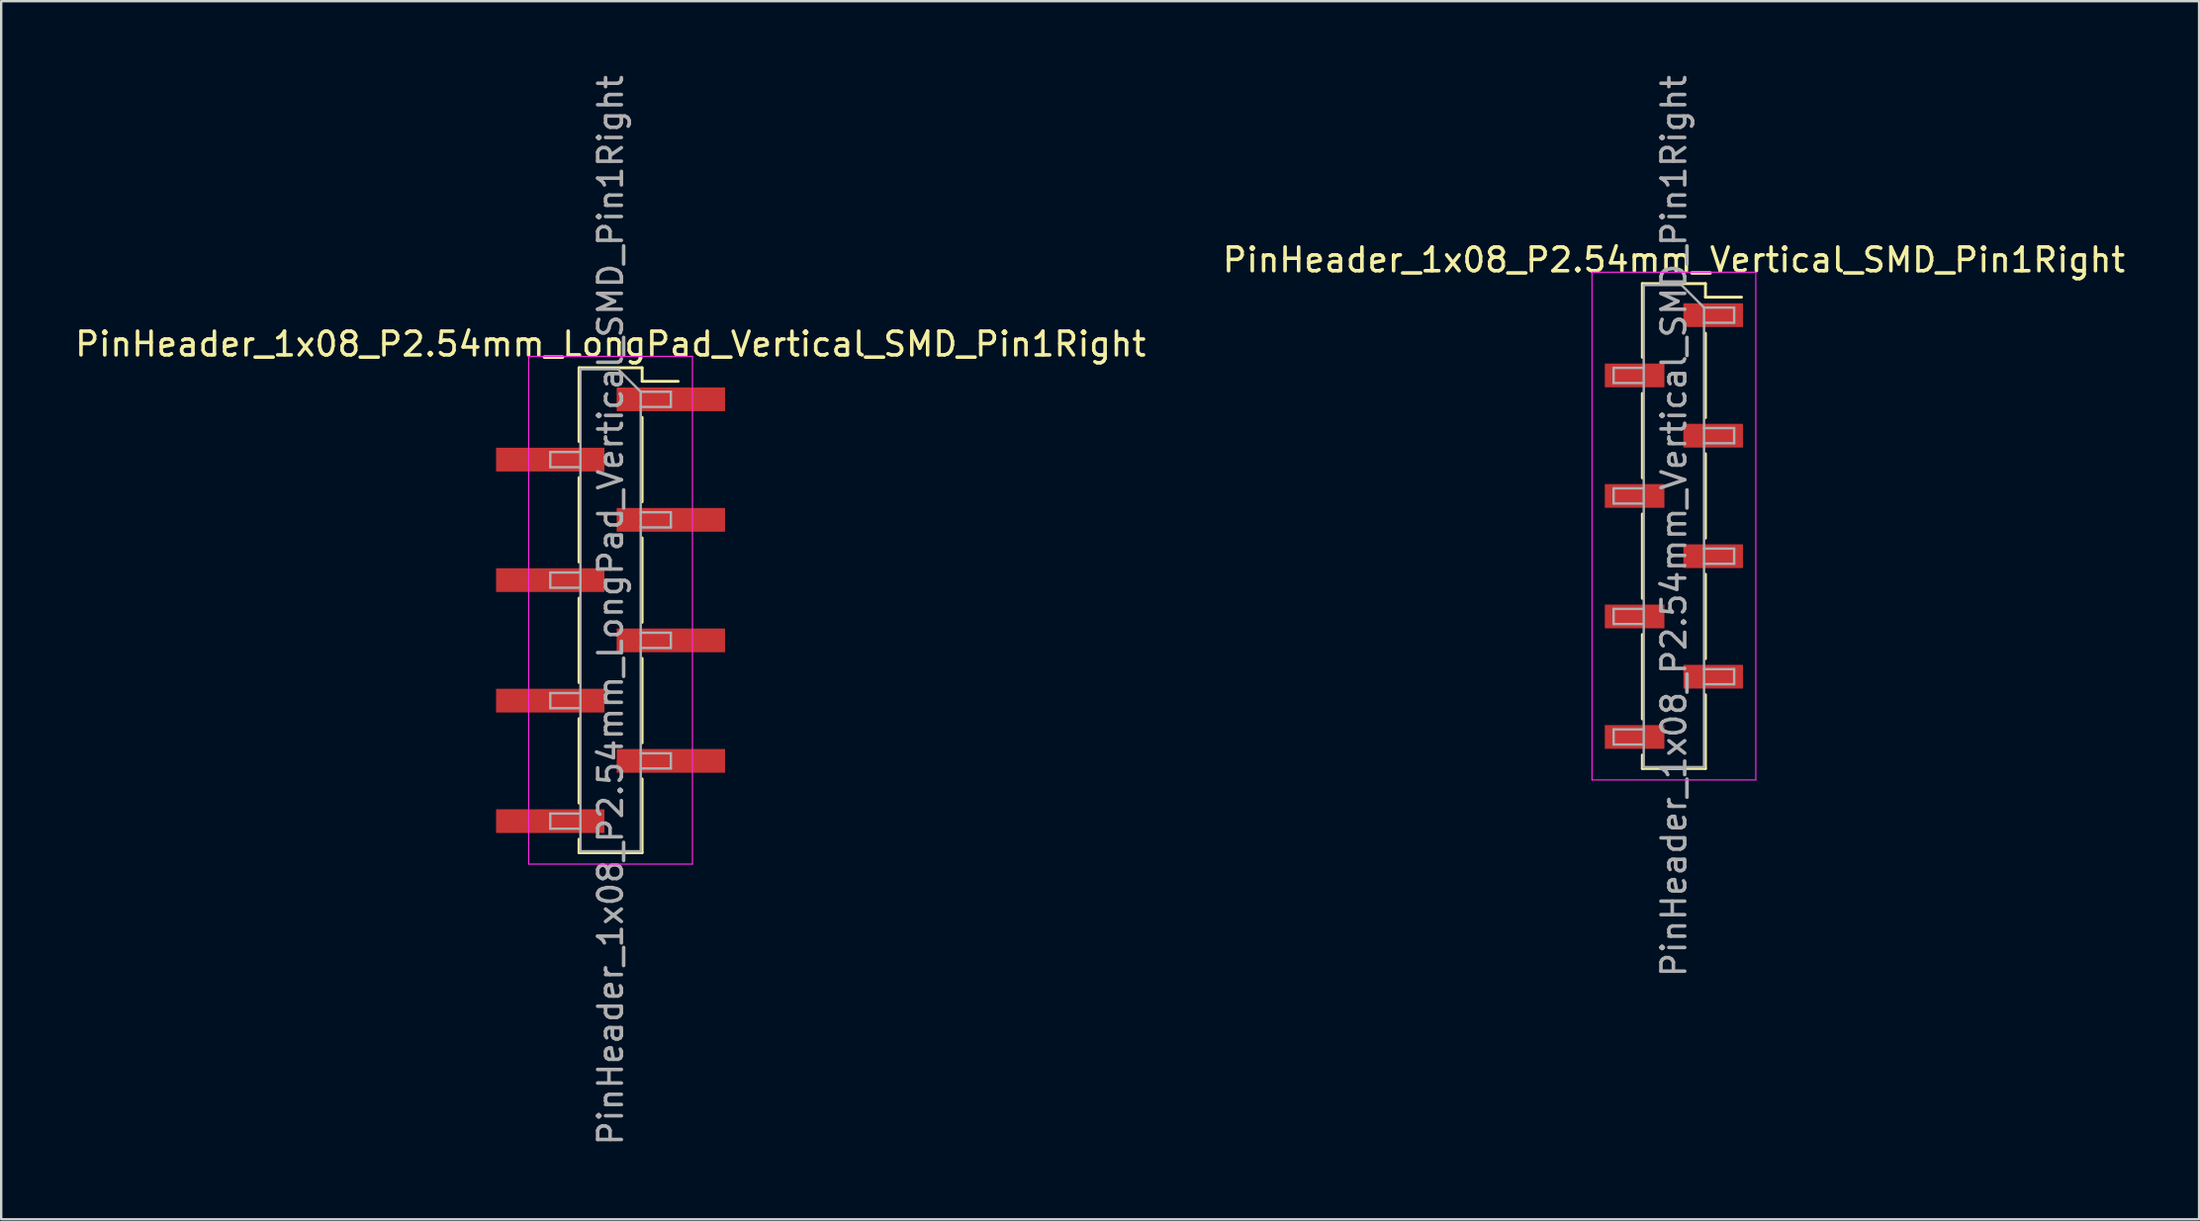
<source format=kicad_pcb>
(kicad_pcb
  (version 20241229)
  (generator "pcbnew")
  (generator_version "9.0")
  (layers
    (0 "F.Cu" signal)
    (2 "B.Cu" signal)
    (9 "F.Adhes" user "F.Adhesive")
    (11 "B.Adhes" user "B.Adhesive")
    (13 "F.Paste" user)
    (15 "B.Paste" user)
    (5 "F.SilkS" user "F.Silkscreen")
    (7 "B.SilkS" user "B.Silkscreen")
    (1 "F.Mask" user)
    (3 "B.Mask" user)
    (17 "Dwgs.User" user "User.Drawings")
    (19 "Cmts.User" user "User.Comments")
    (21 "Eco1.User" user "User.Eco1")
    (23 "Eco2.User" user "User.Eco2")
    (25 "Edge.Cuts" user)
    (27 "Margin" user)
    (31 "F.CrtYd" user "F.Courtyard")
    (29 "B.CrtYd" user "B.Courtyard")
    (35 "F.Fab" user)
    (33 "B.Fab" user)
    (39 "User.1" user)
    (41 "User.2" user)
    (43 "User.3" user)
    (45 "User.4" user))
  (footprint "PinHeader_1x08_P2.54mm_LongPad_Vertical_SMD_Pin1Right"
    (layer "F.Cu")
    (at 22.673 22.673)
    (property "Reference" "PinHeader_1x08_P2.54mm_LongPad_Vertical_SMD_Pin1Right" (at 0 -11.22 0) (layer "F.SilkS") (effects (font (size 1 1) (thickness 0.15))))
    (attr smd)
    (fp_line (start -1.33 -10.22) (end -1.33 -7.11) (stroke (width 0.12) (type solid)) (layer "F.SilkS"))
    (fp_line (start -1.33 -10.22) (end 1.33 -10.22) (stroke (width 0.12) (type solid)) (layer "F.SilkS"))
    (fp_line (start -1.33 -5.59) (end -1.33 -2.03) (stroke (width 0.12) (type solid)) (layer "F.SilkS"))
    (fp_line (start -1.33 -0.51) (end -1.33 3.05) (stroke (width 0.12) (type solid)) (layer "F.SilkS"))
    (fp_line (start -1.33 4.57) (end -1.33 8.13) (stroke (width 0.12) (type solid)) (layer "F.SilkS"))
    (fp_line (start -1.33 9.65) (end -1.33 10.22) (stroke (width 0.12) (type solid)) (layer "F.SilkS"))
    (fp_line (start -1.33 10.22) (end 1.33 10.22) (stroke (width 0.12) (type solid)) (layer "F.SilkS"))
    (fp_line (start 1.33 -10.22) (end 1.33 -9.65) (stroke (width 0.12) (type solid)) (layer "F.SilkS"))
    (fp_line (start 1.33 -9.65) (end 2.85 -9.65) (stroke (width 0.12) (type solid)) (layer "F.SilkS"))
    (fp_line (start 1.33 -8.13) (end 1.33 -4.57) (stroke (width 0.12) (type solid)) (layer "F.SilkS"))
    (fp_line (start 1.33 -3.05) (end 1.33 0.51) (stroke (width 0.12) (type solid)) (layer "F.SilkS"))
    (fp_line (start 1.33 2.03) (end 1.33 5.59) (stroke (width 0.12) (type solid)) (layer "F.SilkS"))
    (fp_line (start 1.33 7.11) (end 1.33 10.22) (stroke (width 0.12) (type solid)) (layer "F.SilkS"))
    (fp_line (start -3.45 -10.7) (end -3.45 10.7) (stroke (width 0.05) (type solid)) (layer "F.CrtYd"))
    (fp_line (start -3.45 10.7) (end 3.45 10.7) (stroke (width 0.05) (type solid)) (layer "F.CrtYd"))
    (fp_line (start 3.45 -10.7) (end -3.45 -10.7) (stroke (width 0.05) (type solid)) (layer "F.CrtYd"))
    (fp_line (start 3.45 10.7) (end 3.45 -10.7) (stroke (width 0.05) (type solid)) (layer "F.CrtYd"))
    (fp_line (start -2.54 -6.67) (end -2.54 -6.03) (stroke (width 0.1) (type solid)) (layer "F.Fab"))
    (fp_line (start -2.54 -6.03) (end -1.27 -6.03) (stroke (width 0.1) (type solid)) (layer "F.Fab"))
    (fp_line (start -2.54 -1.59) (end -2.54 -0.95) (stroke (width 0.1) (type solid)) (layer "F.Fab"))
    (fp_line (start -2.54 -0.95) (end -1.27 -0.95) (stroke (width 0.1) (type solid)) (layer "F.Fab"))
    (fp_line (start -2.54 3.49) (end -2.54 4.13) (stroke (width 0.1) (type solid)) (layer "F.Fab"))
    (fp_line (start -2.54 4.13) (end -1.27 4.13) (stroke (width 0.1) (type solid)) (layer "F.Fab"))
    (fp_line (start -2.54 8.57) (end -2.54 9.21) (stroke (width 0.1) (type solid)) (layer "F.Fab"))
    (fp_line (start -2.54 9.21) (end -1.27 9.21) (stroke (width 0.1) (type solid)) (layer "F.Fab"))
    (fp_line (start -1.27 -10.16) (end -1.27 10.16) (stroke (width 0.1) (type solid)) (layer "F.Fab"))
    (fp_line (start -1.27 -10.16) (end 0.32 -10.16) (stroke (width 0.1) (type solid)) (layer "F.Fab"))
    (fp_line (start -1.27 -6.67) (end -2.54 -6.67) (stroke (width 0.1) (type solid)) (layer "F.Fab"))
    (fp_line (start -1.27 -1.59) (end -2.54 -1.59) (stroke (width 0.1) (type solid)) (layer "F.Fab"))
    (fp_line (start -1.27 3.49) (end -2.54 3.49) (stroke (width 0.1) (type solid)) (layer "F.Fab"))
    (fp_line (start -1.27 8.57) (end -2.54 8.57) (stroke (width 0.1) (type solid)) (layer "F.Fab"))
    (fp_line (start 1.27 -9.21) (end 0.32 -10.16) (stroke (width 0.1) (type solid)) (layer "F.Fab"))
    (fp_line (start 1.27 -9.21) (end 2.54 -9.21) (stroke (width 0.1) (type solid)) (layer "F.Fab"))
    (fp_line (start 1.27 -4.13) (end 2.54 -4.13) (stroke (width 0.1) (type solid)) (layer "F.Fab"))
    (fp_line (start 1.27 0.95) (end 2.54 0.95) (stroke (width 0.1) (type solid)) (layer "F.Fab"))
    (fp_line (start 1.27 6.03) (end 2.54 6.03) (stroke (width 0.1) (type solid)) (layer "F.Fab"))
    (fp_line (start 1.27 10.16) (end -1.27 10.16) (stroke (width 0.1) (type solid)) (layer "F.Fab"))
    (fp_line (start 1.27 10.16) (end 1.27 -9.21) (stroke (width 0.1) (type solid)) (layer "F.Fab"))
    (fp_line (start 2.54 -9.21) (end 2.54 -8.57) (stroke (width 0.1) (type solid)) (layer "F.Fab"))
    (fp_line (start 2.54 -8.57) (end 1.27 -8.57) (stroke (width 0.1) (type solid)) (layer "F.Fab"))
    (fp_line (start 2.54 -4.13) (end 2.54 -3.49) (stroke (width 0.1) (type solid)) (layer "F.Fab"))
    (fp_line (start 2.54 -3.49) (end 1.27 -3.49) (stroke (width 0.1) (type solid)) (layer "F.Fab"))
    (fp_line (start 2.54 0.95) (end 2.54 1.59) (stroke (width 0.1) (type solid)) (layer "F.Fab"))
    (fp_line (start 2.54 1.59) (end 1.27 1.59) (stroke (width 0.1) (type solid)) (layer "F.Fab"))
    (fp_line (start 2.54 6.03) (end 2.54 6.67) (stroke (width 0.1) (type solid)) (layer "F.Fab"))
    (fp_line (start 2.54 6.67) (end 1.27 6.67) (stroke (width 0.1) (type solid)) (layer "F.Fab"))
    (fp_text user "${REFERENCE}" (at 0 0 90) (layer "F.Fab") (effects (font (size 1 1) (thickness 0.15))))
    (pad "1" smd rect (at 2.54 -8.89) (size 4.565 1) (layers "F.Cu" "F.Mask" "F.Paste"))
    (pad "2" smd rect (at -2.54 -6.35) (size 4.565 1) (layers "F.Cu" "F.Mask" "F.Paste"))
    (pad "3" smd rect (at 2.54 -3.81) (size 4.565 1) (layers "F.Cu" "F.Mask" "F.Paste"))
    (pad "4" smd rect (at -2.54 -1.27) (size 4.565 1) (layers "F.Cu" "F.Mask" "F.Paste"))
    (pad "5" smd rect (at 2.54 1.27) (size 4.565 1) (layers "F.Cu" "F.Mask" "F.Paste"))
    (pad "6" smd rect (at -2.54 3.81) (size 4.565 1) (layers "F.Cu" "F.Mask" "F.Paste"))
    (pad "7" smd rect (at 2.54 6.35) (size 4.565 1) (layers "F.Cu" "F.Mask" "F.Paste"))
    (pad "8" smd rect (at -2.54 8.89) (size 4.565 1) (layers "F.Cu" "F.Mask" "F.Paste")))
  (footprint "PinHeader_1x08_P2.54mm_Vertical_SMD_Pin1Right"
    (layer "F.Cu")
    (at 67.47 19.125)
    (property "Reference" "PinHeader_1x08_P2.54mm_Vertical_SMD_Pin1Right" (at 0 -11.22 0) (layer "F.SilkS") (effects (font (size 1 1) (thickness 0.15))))
    (attr smd)
    (fp_line (start -1.33 -10.22) (end -1.33 -7.11) (stroke (width 0.12) (type solid)) (layer "F.SilkS"))
    (fp_line (start -1.33 -10.22) (end 1.33 -10.22) (stroke (width 0.12) (type solid)) (layer "F.SilkS"))
    (fp_line (start -1.33 -5.59) (end -1.33 -2.03) (stroke (width 0.12) (type solid)) (layer "F.SilkS"))
    (fp_line (start -1.33 -0.51) (end -1.33 3.05) (stroke (width 0.12) (type solid)) (layer "F.SilkS"))
    (fp_line (start -1.33 4.57) (end -1.33 8.13) (stroke (width 0.12) (type solid)) (layer "F.SilkS"))
    (fp_line (start -1.33 9.65) (end -1.33 10.22) (stroke (width 0.12) (type solid)) (layer "F.SilkS"))
    (fp_line (start -1.33 10.22) (end 1.33 10.22) (stroke (width 0.12) (type solid)) (layer "F.SilkS"))
    (fp_line (start 1.33 -10.22) (end 1.33 -9.65) (stroke (width 0.12) (type solid)) (layer "F.SilkS"))
    (fp_line (start 1.33 -9.65) (end 2.85 -9.65) (stroke (width 0.12) (type solid)) (layer "F.SilkS"))
    (fp_line (start 1.33 -8.13) (end 1.33 -4.57) (stroke (width 0.12) (type solid)) (layer "F.SilkS"))
    (fp_line (start 1.33 -3.05) (end 1.33 0.51) (stroke (width 0.12) (type solid)) (layer "F.SilkS"))
    (fp_line (start 1.33 2.03) (end 1.33 5.59) (stroke (width 0.12) (type solid)) (layer "F.SilkS"))
    (fp_line (start 1.33 7.11) (end 1.33 10.22) (stroke (width 0.12) (type solid)) (layer "F.SilkS"))
    (fp_line (start -3.45 -10.7) (end -3.45 10.7) (stroke (width 0.05) (type solid)) (layer "F.CrtYd"))
    (fp_line (start -3.45 10.7) (end 3.45 10.7) (stroke (width 0.05) (type solid)) (layer "F.CrtYd"))
    (fp_line (start 3.45 -10.7) (end -3.45 -10.7) (stroke (width 0.05) (type solid)) (layer "F.CrtYd"))
    (fp_line (start 3.45 10.7) (end 3.45 -10.7) (stroke (width 0.05) (type solid)) (layer "F.CrtYd"))
    (fp_line (start -2.54 -6.67) (end -2.54 -6.03) (stroke (width 0.1) (type solid)) (layer "F.Fab"))
    (fp_line (start -2.54 -6.03) (end -1.27 -6.03) (stroke (width 0.1) (type solid)) (layer "F.Fab"))
    (fp_line (start -2.54 -1.59) (end -2.54 -0.95) (stroke (width 0.1) (type solid)) (layer "F.Fab"))
    (fp_line (start -2.54 -0.95) (end -1.27 -0.95) (stroke (width 0.1) (type solid)) (layer "F.Fab"))
    (fp_line (start -2.54 3.49) (end -2.54 4.13) (stroke (width 0.1) (type solid)) (layer "F.Fab"))
    (fp_line (start -2.54 4.13) (end -1.27 4.13) (stroke (width 0.1) (type solid)) (layer "F.Fab"))
    (fp_line (start -2.54 8.57) (end -2.54 9.21) (stroke (width 0.1) (type solid)) (layer "F.Fab"))
    (fp_line (start -2.54 9.21) (end -1.27 9.21) (stroke (width 0.1) (type solid)) (layer "F.Fab"))
    (fp_line (start -1.27 -10.16) (end -1.27 10.16) (stroke (width 0.1) (type solid)) (layer "F.Fab"))
    (fp_line (start -1.27 -10.16) (end 0.32 -10.16) (stroke (width 0.1) (type solid)) (layer "F.Fab"))
    (fp_line (start -1.27 -6.67) (end -2.54 -6.67) (stroke (width 0.1) (type solid)) (layer "F.Fab"))
    (fp_line (start -1.27 -1.59) (end -2.54 -1.59) (stroke (width 0.1) (type solid)) (layer "F.Fab"))
    (fp_line (start -1.27 3.49) (end -2.54 3.49) (stroke (width 0.1) (type solid)) (layer "F.Fab"))
    (fp_line (start -1.27 8.57) (end -2.54 8.57) (stroke (width 0.1) (type solid)) (layer "F.Fab"))
    (fp_line (start 1.27 -9.21) (end 0.32 -10.16) (stroke (width 0.1) (type solid)) (layer "F.Fab"))
    (fp_line (start 1.27 -9.21) (end 2.54 -9.21) (stroke (width 0.1) (type solid)) (layer "F.Fab"))
    (fp_line (start 1.27 -4.13) (end 2.54 -4.13) (stroke (width 0.1) (type solid)) (layer "F.Fab"))
    (fp_line (start 1.27 0.95) (end 2.54 0.95) (stroke (width 0.1) (type solid)) (layer "F.Fab"))
    (fp_line (start 1.27 6.03) (end 2.54 6.03) (stroke (width 0.1) (type solid)) (layer "F.Fab"))
    (fp_line (start 1.27 10.16) (end -1.27 10.16) (stroke (width 0.1) (type solid)) (layer "F.Fab"))
    (fp_line (start 1.27 10.16) (end 1.27 -9.21) (stroke (width 0.1) (type solid)) (layer "F.Fab"))
    (fp_line (start 2.54 -9.21) (end 2.54 -8.57) (stroke (width 0.1) (type solid)) (layer "F.Fab"))
    (fp_line (start 2.54 -8.57) (end 1.27 -8.57) (stroke (width 0.1) (type solid)) (layer "F.Fab"))
    (fp_line (start 2.54 -4.13) (end 2.54 -3.49) (stroke (width 0.1) (type solid)) (layer "F.Fab"))
    (fp_line (start 2.54 -3.49) (end 1.27 -3.49) (stroke (width 0.1) (type solid)) (layer "F.Fab"))
    (fp_line (start 2.54 0.95) (end 2.54 1.59) (stroke (width 0.1) (type solid)) (layer "F.Fab"))
    (fp_line (start 2.54 1.59) (end 1.27 1.59) (stroke (width 0.1) (type solid)) (layer "F.Fab"))
    (fp_line (start 2.54 6.03) (end 2.54 6.67) (stroke (width 0.1) (type solid)) (layer "F.Fab"))
    (fp_line (start 2.54 6.67) (end 1.27 6.67) (stroke (width 0.1) (type solid)) (layer "F.Fab"))
    (fp_text user "${REFERENCE}" (at 0 0 90) (layer "F.Fab") (effects (font (size 1 1) (thickness 0.15))))
    (pad "1" smd rect (at 1.655 -8.89) (size 2.51 1) (layers "F.Cu" "F.Mask" "F.Paste"))
    (pad "2" smd rect (at -1.655 -6.35) (size 2.51 1) (layers "F.Cu" "F.Mask" "F.Paste"))
    (pad "3" smd rect (at 1.655 -3.81) (size 2.51 1) (layers "F.Cu" "F.Mask" "F.Paste"))
    (pad "4" smd rect (at -1.655 -1.27) (size 2.51 1) (layers "F.Cu" "F.Mask" "F.Paste"))
    (pad "5" smd rect (at 1.655 1.27) (size 2.51 1) (layers "F.Cu" "F.Mask" "F.Paste"))
    (pad "6" smd rect (at -1.655 3.81) (size 2.51 1) (layers "F.Cu" "F.Mask" "F.Paste"))
    (pad "7" smd rect (at 1.655 6.35) (size 2.51 1) (layers "F.Cu" "F.Mask" "F.Paste"))
    (pad "8" smd rect (at -1.655 8.89) (size 2.51 1) (layers "F.Cu" "F.Mask" "F.Paste")))
  (gr_rect
    (start -3 -3)
    (end 89.595 48.345)
    (stroke (width 0.1) (type default))
    (fill no)
    (layer "Edge.Cuts")))
</source>
